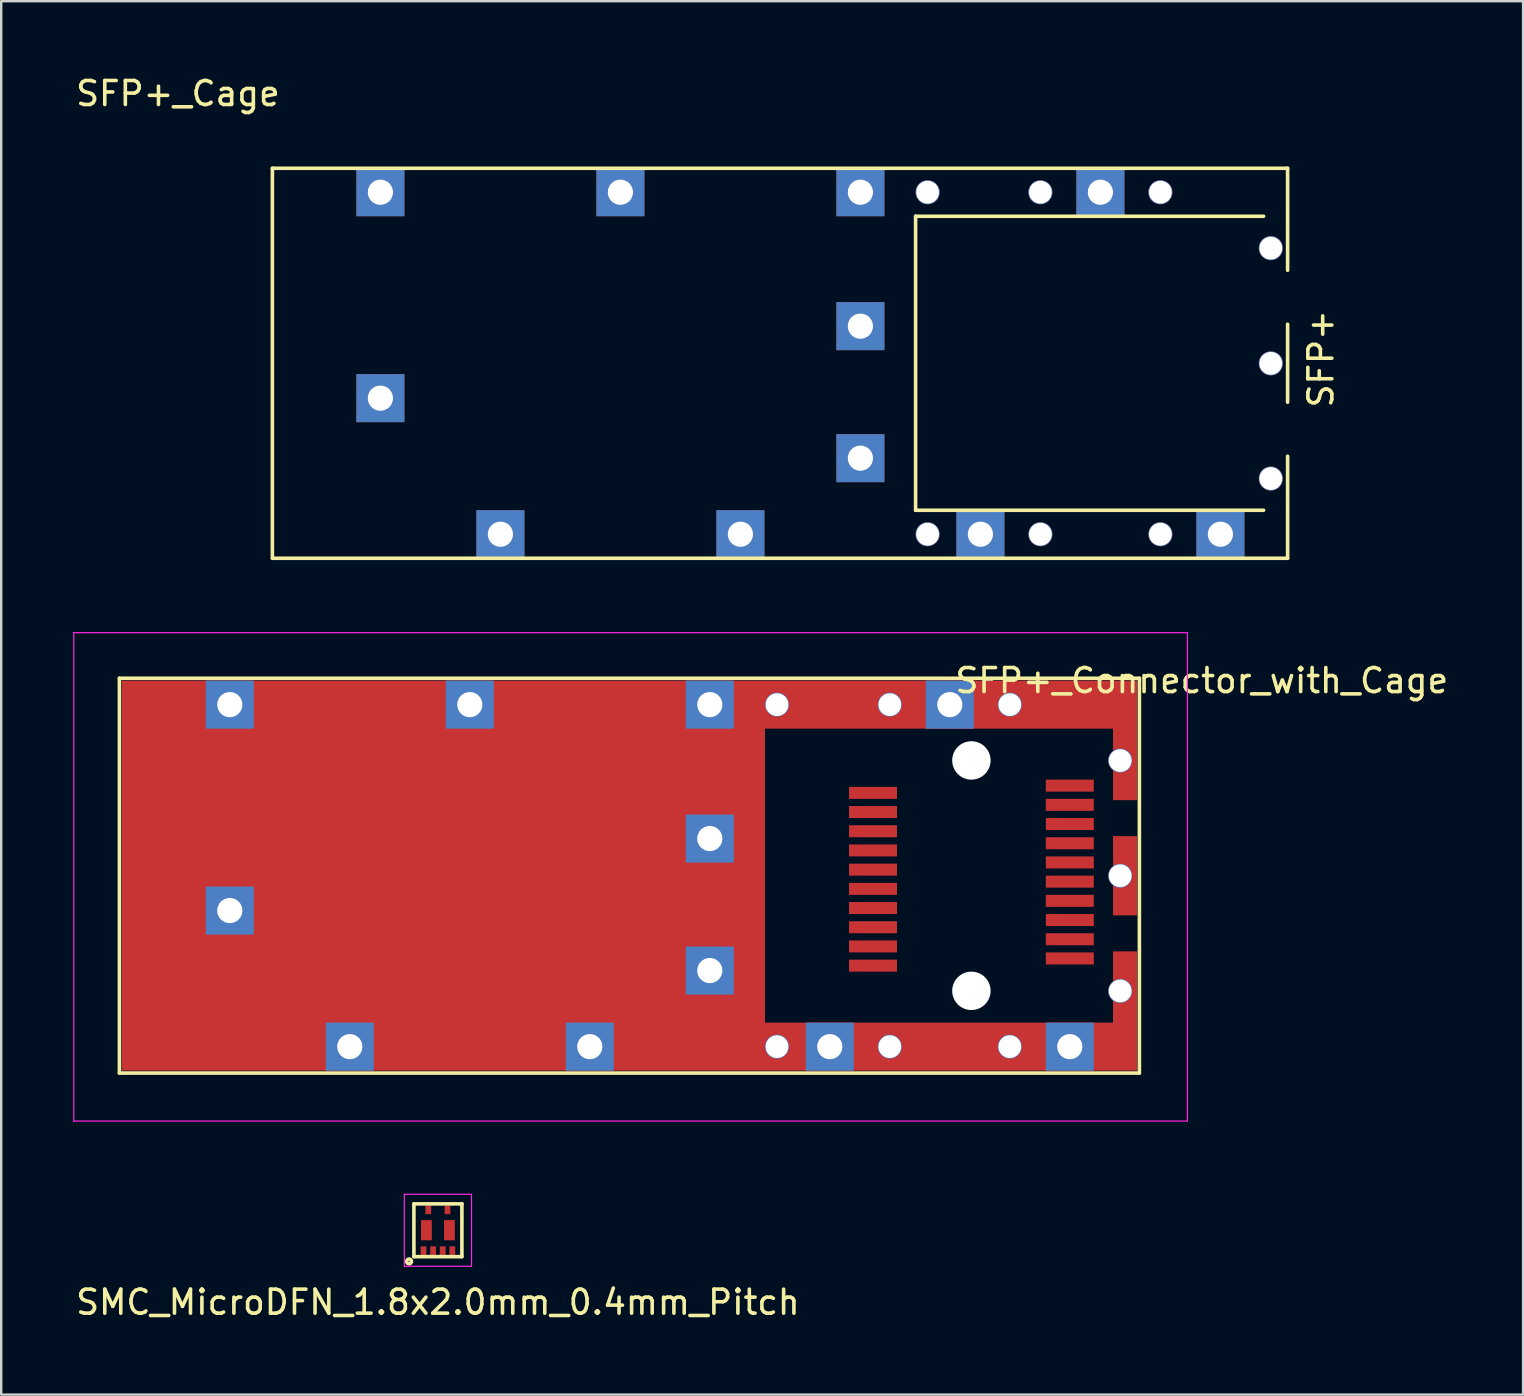
<source format=kicad_pcb>
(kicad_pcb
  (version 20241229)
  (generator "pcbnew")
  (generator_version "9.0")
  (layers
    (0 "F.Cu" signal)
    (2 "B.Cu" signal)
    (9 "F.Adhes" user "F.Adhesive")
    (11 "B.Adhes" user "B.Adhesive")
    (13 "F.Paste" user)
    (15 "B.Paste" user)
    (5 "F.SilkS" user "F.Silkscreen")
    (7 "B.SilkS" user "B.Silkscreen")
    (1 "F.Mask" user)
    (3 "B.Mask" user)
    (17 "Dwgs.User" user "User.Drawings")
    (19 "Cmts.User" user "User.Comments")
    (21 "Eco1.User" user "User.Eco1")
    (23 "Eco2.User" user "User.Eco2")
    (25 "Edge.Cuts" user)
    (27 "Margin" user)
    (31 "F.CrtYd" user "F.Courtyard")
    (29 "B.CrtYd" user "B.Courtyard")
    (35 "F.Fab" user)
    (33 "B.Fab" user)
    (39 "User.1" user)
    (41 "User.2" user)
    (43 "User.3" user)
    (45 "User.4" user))
  (footprint "SFP+_Connector_with_Cage"
    (layer "F.Cu")
    (at 2.025 25.31)
    (property "Reference" "SFP+_Connector_with_Cage" (at 45 0 0) (layer "F.SilkS") (effects (font (size 1 1) (thickness 0.15))))
    (attr through_hole)
    (fp_line (start -0.1 -0.1) (end -0.1 16.35) (stroke (width 0.15) (type solid)) (layer "F.SilkS"))
    (fp_line (start -0.1 16.35) (end 42.4 16.35) (stroke (width 0.15) (type solid)) (layer "F.SilkS"))
    (fp_line (start 42.4 -0.1) (end -0.1 -0.1) (stroke (width 0.15) (type solid)) (layer "F.SilkS"))
    (fp_line (start 42.4 16.35) (end 42.4 -0.1) (stroke (width 0.15) (type solid)) (layer "F.SilkS"))
    (fp_line (start -2 -2) (end -2 18.35) (stroke (width 0.05) (type solid)) (layer "F.CrtYd"))
    (fp_line (start -2 18.35) (end 44.4 18.35) (stroke (width 0.05) (type solid)) (layer "F.CrtYd"))
    (fp_line (start 44.4 -2) (end -2 -2) (stroke (width 0.05) (type solid)) (layer "F.CrtYd"))
    (fp_line (start 44.4 18.35) (end 44.4 -2) (stroke (width 0.05) (type solid)) (layer "F.CrtYd"))
    (pad "" np_thru_hole circle (at 35.4 3.325) (size 1.6 1.6) (drill 1.6) (layers "*.Cu" "*.Mask"))
    (pad "" np_thru_hole circle (at 35.4 12.925) (size 1.6 1.6) (drill 1.6) (layers "*.Cu" "*.Mask"))
    (pad "1" smd rect (at 31.3 4.675) (size 2 0.5) (layers "F.Cu" "F.Mask" "F.Paste"))
    (pad "2" smd rect (at 31.3 5.475) (size 2 0.5) (layers "F.Cu" "F.Mask" "F.Paste"))
    (pad "3" smd rect (at 31.3 6.275) (size 2 0.5) (layers "F.Cu" "F.Mask" "F.Paste"))
    (pad "4" smd rect (at 31.3 7.075) (size 2 0.5) (layers "F.Cu" "F.Mask" "F.Paste"))
    (pad "5" smd rect (at 31.3 7.875) (size 2 0.5) (layers "F.Cu" "F.Mask" "F.Paste"))
    (pad "6" smd rect (at 31.3 8.675) (size 2 0.5) (layers "F.Cu" "F.Mask" "F.Paste"))
    (pad "7" smd rect (at 31.3 9.475) (size 2 0.5) (layers "F.Cu" "F.Mask" "F.Paste"))
    (pad "8" smd rect (at 31.3 10.275) (size 2 0.5) (layers "F.Cu" "F.Mask" "F.Paste"))
    (pad "9" smd rect (at 31.3 11.075) (size 2 0.5) (layers "F.Cu" "F.Mask" "F.Paste"))
    (pad "10" smd rect (at 31.3 11.875) (size 2 0.5) (layers "F.Cu" "F.Mask" "F.Paste"))
    (pad "11" smd rect (at 39.5 11.575) (size 2 0.5) (layers "F.Cu" "F.Mask" "F.Paste"))
    (pad "12" smd rect (at 39.5 10.775) (size 2 0.5) (layers "F.Cu" "F.Mask" "F.Paste"))
    (pad "13" smd rect (at 39.5 9.975) (size 2 0.5) (layers "F.Cu" "F.Mask" "F.Paste"))
    (pad "14" smd rect (at 39.5 9.175) (size 2 0.5) (layers "F.Cu" "F.Mask" "F.Paste"))
    (pad "15" smd rect (at 39.5 8.375) (size 2 0.5) (layers "F.Cu" "F.Mask" "F.Paste"))
    (pad "16" smd rect (at 39.5 7.575) (size 2 0.5) (layers "F.Cu" "F.Mask" "F.Paste"))
    (pad "17" smd rect (at 39.5 6.775) (size 2 0.5) (layers "F.Cu" "F.Mask" "F.Paste"))
    (pad "18" smd rect (at 39.5 5.975) (size 2 0.5) (layers "F.Cu" "F.Mask" "F.Paste"))
    (pad "19" smd rect (at 39.5 5.175) (size 2 0.5) (layers "F.Cu" "F.Mask" "F.Paste"))
    (pad "20" smd rect (at 39.5 4.375) (size 2 0.5) (layers "F.Cu" "F.Mask" "F.Paste"))
    (pad "SHIELD" thru_hole rect (at 4.5 1) (size 2 2) (drill 1.05) (layers "*.Cu" "*.Mask"))
    (pad "SHIELD" thru_hole rect (at 4.5 9.58) (size 2 2) (drill 1.05) (layers "*.Cu" "*.Mask"))
    (pad "SHIELD" thru_hole rect (at 9.5 15.25) (size 2 2) (drill 1.05) (layers "*.Cu" "*.Mask"))
    (pad "SHIELD" smd rect (at 13.4 8.125) (size 26.8 16.25) (layers "F.Cu"))
    (pad "SHIELD" thru_hole rect (at 14.5 1) (size 2 2) (drill 1.05) (layers "*.Cu" "*.Mask"))
    (pad "SHIELD" thru_hole rect (at 19.5 15.25) (size 2 2) (drill 1.05) (layers "*.Cu" "*.Mask"))
    (pad "SHIELD" thru_hole rect (at 24.5 1) (size 2 2) (drill 1.05) (layers "*.Cu" "*.Mask"))
    (pad "SHIELD" thru_hole rect (at 24.5 6.58) (size 2 2) (drill 1.05) (layers "*.Cu" "*.Mask"))
    (pad "SHIELD" thru_hole rect (at 24.5 12.08) (size 2 2) (drill 1.05) (layers "*.Cu" "*.Mask"))
    (pad "SHIELD" thru_hole circle (at 27.3 1) (size 1 1) (drill 0.95) (layers "*.Cu" "*.Mask"))
    (pad "SHIELD" thru_hole circle (at 27.3 15.25) (size 1 1) (drill 0.95) (layers "*.Cu" "*.Mask"))
    (pad "SHIELD" thru_hole rect (at 29.5 15.25) (size 2 2) (drill 1.05) (layers "*.Cu" "*.Mask"))
    (pad "SHIELD" thru_hole circle (at 32 1) (size 1 1) (drill 0.95) (layers "*.Cu" "*.Mask"))
    (pad "SHIELD" thru_hole circle (at 32 15.25) (size 1 1) (drill 0.95) (layers "*.Cu" "*.Mask"))
    (pad "SHIELD" thru_hole rect (at 34.5 1) (size 2 2) (drill 1.05) (layers "*.Cu" "*.Mask"))
    (pad "SHIELD" smd rect (at 34.55 1) (size 15.5 2) (layers "F.Cu"))
    (pad "SHIELD" smd rect (at 34.55 15.25) (size 15.5 2) (layers "F.Cu"))
    (pad "SHIELD" thru_hole circle (at 37 1) (size 1 1) (drill 0.95) (layers "*.Cu" "*.Mask"))
    (pad "SHIELD" thru_hole circle (at 37 15.25) (size 1 1) (drill 0.95) (layers "*.Cu" "*.Mask"))
    (pad "SHIELD" thru_hole rect (at 39.5 15.25) (size 2 2) (drill 1.05) (layers "*.Cu" "*.Mask"))
    (pad "SHIELD" thru_hole circle (at 41.6 3.33) (size 1 1) (drill 0.95) (layers "*.Cu" "*.Mask"))
    (pad "SHIELD" thru_hole circle (at 41.6 8.13) (size 1 1) (drill 0.95) (layers "*.Cu" "*.Mask"))
    (pad "SHIELD" thru_hole circle (at 41.6 12.93) (size 1 1) (drill 0.95) (layers "*.Cu" "*.Mask"))
    (pad "SHIELD" smd rect (at 41.8 3.33) (size 1 3.3) (layers "F.Cu"))
    (pad "SHIELD" smd rect (at 41.8 8.13) (size 1 3.3) (layers "F.Cu"))
    (pad "SHIELD" smd rect (at 41.8 12.93) (size 1 3.3) (layers "F.Cu")))
  (footprint "SMC_MicroDFN_1.8x2.0mm_0.4mm_Pitch"
    (layer "F.Cu")
    (at 15.196 48.21)
    (property "Reference" "SMC_MicroDFN_1.8x2.0mm_0.4mm_Pitch" (at 0 3 0) (layer "F.SilkS") (effects (font (size 1 1) (thickness 0.15))))
    (attr through_hole)
    (fp_line (start -1 -1.1) (end -1 1.1) (stroke (width 0.15) (type solid)) (layer "F.SilkS"))
    (fp_line (start -1 1.1) (end 1 1.1) (stroke (width 0.15) (type solid)) (layer "F.SilkS"))
    (fp_line (start 1 -1.1) (end -1 -1.1) (stroke (width 0.15) (type solid)) (layer "F.SilkS"))
    (fp_line (start 1 1.1) (end 1 -1.1) (stroke (width 0.15) (type solid)) (layer "F.SilkS"))
    (fp_circle (center -1.2 1.3) (end -1.1 1.3) (stroke (width 0.15) (type solid)) (fill no) (layer "F.SilkS"))
    (fp_line (start -1.4 -1.5) (end -1.4 1.5) (stroke (width 0.05) (type solid)) (layer "F.CrtYd"))
    (fp_line (start -1.4 1.5) (end 1.4 1.5) (stroke (width 0.05) (type solid)) (layer "F.CrtYd"))
    (fp_line (start 1.4 -1.5) (end -1.4 -1.5) (stroke (width 0.05) (type solid)) (layer "F.CrtYd"))
    (fp_line (start 1.4 1.5) (end 1.4 -1.5) (stroke (width 0.05) (type solid)) (layer "F.CrtYd"))
    (pad "1" smd rect (at -0.6 0.85) (size 0.24 0.36) (layers "F.Cu" "F.Mask" "F.Paste"))
    (pad "2" smd rect (at -0.2 0.85) (size 0.24 0.36) (layers "F.Cu" "F.Mask" "F.Paste"))
    (pad "3" smd rect (at 0.2 0.85) (size 0.24 0.36) (layers "F.Cu" "F.Mask" "F.Paste"))
    (pad "4" smd rect (at 0.6 0.85) (size 0.24 0.36) (layers "F.Cu" "F.Mask" "F.Paste"))
    (pad "5" smd rect (at -0.4 -0.85) (size 0.24 0.36) (layers "F.Cu" "F.Mask" "F.Paste"))
    (pad "6" smd rect (at 0.4 -0.85) (size 0.24 0.36) (layers "F.Cu" "F.Mask" "F.Paste"))
    (pad "PAD" smd rect (at -0.48 0) (size 0.45 0.84) (layers "F.Cu" "F.Mask" "F.Paste"))
    (pad "PAD" smd rect (at 0.48 0) (size 0.45 0.84) (layers "F.Cu" "F.Mask" "F.Paste")))
  (footprint "SFP+_Cage"
    (layer "F.Cu")
    (at 8.3 3.96)
    (property "Reference" "SFP+_Cage" (at -3.937 -3.111 0) (layer "F.SilkS") (effects (font (size 1 1) (thickness 0.15))))
    (attr through_hole)
    (fp_line (start 0 0) (end 42.3 0) (stroke (width 0.15) (type solid)) (layer "F.SilkS"))
    (fp_line (start 0 16.25) (end 0 0) (stroke (width 0.15) (type solid)) (layer "F.SilkS"))
    (fp_line (start 26.8 2) (end 41.3 2) (stroke (width 0.15) (type solid)) (layer "F.SilkS"))
    (fp_line (start 26.8 14.25) (end 26.8 2) (stroke (width 0.15) (type solid)) (layer "F.SilkS"))
    (fp_line (start 41.3 14.25) (end 26.8 14.25) (stroke (width 0.15) (type solid)) (layer "F.SilkS"))
    (fp_line (start 42.3 0) (end 42.3 4.25) (stroke (width 0.15) (type solid)) (layer "F.SilkS"))
    (fp_line (start 42.3 6.5) (end 42.3 9.75) (stroke (width 0.15) (type solid)) (layer "F.SilkS"))
    (fp_line (start 42.3 12) (end 42.3 16.25) (stroke (width 0.15) (type solid)) (layer "F.SilkS"))
    (fp_line (start 42.3 16.25) (end 0 16.25) (stroke (width 0.15) (type solid)) (layer "F.SilkS"))
    (fp_text user "SFP+" (at 43.688 7.938 90) (layer "F.SilkS") (effects (font (size 1 1) (thickness 0.15))))
    (pad "GND" thru_hole rect (at 4.5 1) (size 2 2) (drill 1.05) (layers "*.Cu" "*.Mask"))
    (pad "GND" thru_hole rect (at 4.5 9.58) (size 2 2) (drill 1.05) (layers "*.Cu" "*.Mask"))
    (pad "GND" thru_hole rect (at 9.5 15.25) (size 2 2) (drill 1.05) (layers "*.Cu" "*.Mask"))
    (pad "GND" thru_hole rect (at 14.5 1) (size 2 2) (drill 1.05) (layers "*.Cu" "*.Mask"))
    (pad "GND" thru_hole rect (at 19.5 15.25) (size 2 2) (drill 1.05) (layers "*.Cu" "*.Mask"))
    (pad "GND" thru_hole rect (at 24.5 1) (size 2 2) (drill 1.05) (layers "*.Cu" "*.Mask"))
    (pad "GND" thru_hole rect (at 24.5 6.58) (size 2 2) (drill 1.05) (layers "*.Cu" "*.Mask"))
    (pad "GND" thru_hole rect (at 24.5 12.08) (size 2 2) (drill 1.05) (layers "*.Cu" "*.Mask"))
    (pad "GND" thru_hole circle (at 27.3 1) (size 1 1) (drill 0.95) (layers "*.Cu" "*.Mask"))
    (pad "GND" thru_hole circle (at 27.3 15.25) (size 1 1) (drill 0.95) (layers "*.Cu" "*.Mask"))
    (pad "GND" thru_hole rect (at 29.5 15.25) (size 2 2) (drill 1.05) (layers "*.Cu" "*.Mask"))
    (pad "GND" thru_hole circle (at 32 1) (size 1 1) (drill 0.95) (layers "*.Cu" "*.Mask"))
    (pad "GND" thru_hole circle (at 32 15.25) (size 1 1) (drill 0.95) (layers "*.Cu" "*.Mask"))
    (pad "GND" thru_hole rect (at 34.5 1) (size 2 2) (drill 1.05) (layers "*.Cu" "*.Mask"))
    (pad "GND" thru_hole circle (at 37 1) (size 1 1) (drill 0.95) (layers "*.Cu" "*.Mask"))
    (pad "GND" thru_hole circle (at 37 15.25) (size 1 1) (drill 0.95) (layers "*.Cu" "*.Mask"))
    (pad "GND" thru_hole rect (at 39.5 15.25) (size 2 2) (drill 1.05) (layers "*.Cu" "*.Mask"))
    (pad "GND" thru_hole circle (at 41.6 3.33) (size 1 1) (drill 0.95) (layers "*.Cu" "*.Mask"))
    (pad "GND" thru_hole circle (at 41.6 8.13) (size 1 1) (drill 0.95) (layers "*.Cu" "*.Mask"))
    (pad "GND" thru_hole circle (at 41.6 12.93) (size 1 1) (drill 0.95) (layers "*.Cu" "*.Mask")))
  (gr_rect
    (start -3 -3)
    (end 60.412 55.058)
    (stroke (width 0.1) (type default))
    (fill no)
    (layer "Edge.Cuts")))
</source>
